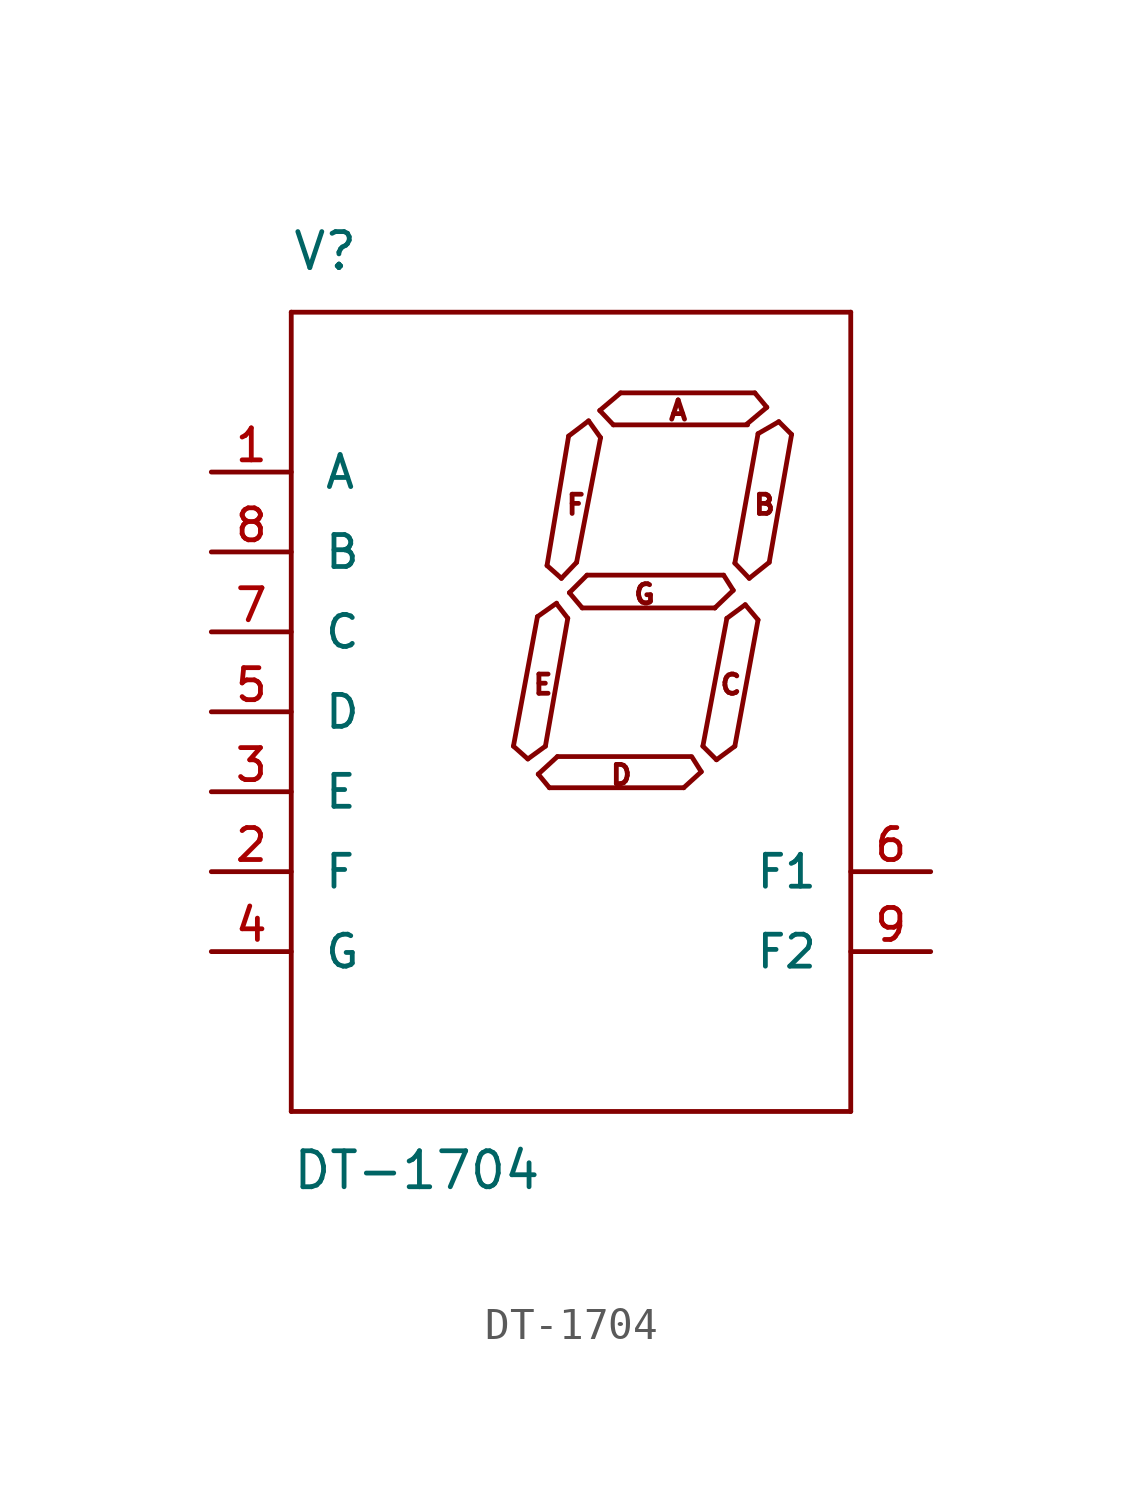
<source format=kicad_sym>
(kicad_symbol_lib
  (version 20241209)
  (generator "kicad_symbol_editor")
  (generator_version "9.0")
  (symbol "DT-1704"
    (pin_names
      (offset 1.016))
    (property "Reference" "V"
      (at -10.16 16.51 0)
      (effects (font (size 1.143 1.143)) (justify left bottom)))
    (property "Value" "DT-1704"
      (at -10.16 -12.7 0)
      (effects (font (size 1.143 1.143)) (justify left bottom)))
    (property "ki_locked" ""
      (at 0 0 0)
      (effects (font (size 1.27 1.27))))
    (symbol "DT-1704_1_0"
      (polyline (pts (xy -10.16 15.24) (xy 7.62 15.24)) (stroke (width 0) (type default)) (fill (type none)))
      (polyline (pts (xy -10.16 -10.16) (xy -10.16 15.24)) (stroke (width 0) (type default)) (fill (type none)))
      (polyline (pts (xy -3.099 1.448) (xy -2.337 5.563)) (stroke (width 0) (type default)) (fill (type none)))
      (polyline (pts (xy -2.642 1.041) (xy -3.099 1.448)) (stroke (width 0) (type default)) (fill (type none)))
      (polyline (pts (xy -2.337 5.563) (xy -1.727 5.994)) (stroke (width 0) (type default)) (fill (type none)))
      (polyline (pts (xy -2.311 0.559) (xy -1.702 1.118)) (stroke (width 0) (type default)) (fill (type none)))
      (polyline (pts (xy -2.083 1.448) (xy -2.642 1.041)) (stroke (width 0) (type default)) (fill (type none)))
      (polyline (pts (xy -2.032 7.188) (xy -1.346 11.303)) (stroke (width 0) (type default)) (fill (type none)))
      (polyline (pts (xy -1.956 0.127) (xy -2.311 0.559)) (stroke (width 0) (type default)) (fill (type none)))
      (polyline (pts (xy -1.727 5.969) (xy -1.372 5.512)) (stroke (width 0) (type default)) (fill (type none)))
      (polyline (pts (xy -1.702 1.118) (xy 2.515 1.118)) (stroke (width 0) (type default)) (fill (type none)))
      (polyline (pts (xy -1.575 6.782) (xy -2.032 7.188)) (stroke (width 0) (type default)) (fill (type none)))
      (polyline (pts (xy -1.372 5.512) (xy -2.083 1.448)) (stroke (width 0) (type default)) (fill (type none)))
      (polyline (pts (xy -1.346 11.303) (xy -0.711 11.786)) (stroke (width 0) (type default)) (fill (type none)))
      (polyline (pts (xy -1.321 6.325) (xy -0.762 6.883)) (stroke (width 0) (type default)) (fill (type none)))
      (polyline (pts (xy -1.092 7.29) (xy -1.575 6.782)) (stroke (width 0) (type default)) (fill (type none)))
      (polyline (pts (xy -0.914 5.842) (xy -1.321 6.325)) (stroke (width 0) (type default)) (fill (type none)))
      (polyline (pts (xy -0.762 6.883) (xy 3.581 6.883)) (stroke (width 0) (type default)) (fill (type none)))
      (polyline (pts (xy -0.711 11.786) (xy -0.33 11.252)) (stroke (width 0) (type default)) (fill (type none)))
      (polyline (pts (xy -0.356 12.116) (xy 0.305 12.675)) (stroke (width 0) (type default)) (fill (type none)))
      (polyline (pts (xy -0.33 11.252) (xy -1.092 7.29)) (stroke (width 0) (type default)) (fill (type none)))
      (polyline (pts (xy 0.076 11.659) (xy -0.356 12.116)) (stroke (width 0) (type default)) (fill (type none)))
      (polyline (pts (xy 0.305 12.675) (xy 4.572 12.675)) (stroke (width 0) (type default)) (fill (type none)))
      (polyline (pts (xy 2.311 0.127) (xy -1.956 0.127)) (stroke (width 0) (type default)) (fill (type none)))
      (polyline (pts (xy 2.565 1.118) (xy 2.87 0.635)) (stroke (width 0) (type default)) (fill (type none)))
      (polyline (pts (xy 2.87 0.635) (xy 2.311 0.127)) (stroke (width 0) (type default)) (fill (type none)))
      (polyline (pts (xy 2.921 1.448) (xy 3.683 5.512)) (stroke (width 0) (type default)) (fill (type none)))
      (polyline (pts (xy 3.302 5.842) (xy -0.914 5.842)) (stroke (width 0) (type default)) (fill (type none)))
      (polyline (pts (xy 3.302 5.842) (xy 3.302 5.842)) (stroke (width 0) (type default)) (fill (type none)))
      (polyline (pts (xy 3.353 1.016) (xy 2.921 1.448)) (stroke (width 0) (type default)) (fill (type none)))
      (polyline (pts (xy 3.581 6.883) (xy 3.886 6.401)) (stroke (width 0) (type default)) (fill (type none)))
      (polyline (pts (xy 3.683 5.512) (xy 4.267 5.944)) (stroke (width 0) (type default)) (fill (type none)))
      (polyline (pts (xy 3.886 6.401) (xy 3.302 5.842)) (stroke (width 0) (type default)) (fill (type none)))
      (polyline (pts (xy 3.937 7.264) (xy 4.674 11.379)) (stroke (width 0) (type default)) (fill (type none)))
      (polyline (pts (xy 3.937 1.448) (xy 3.353 1.016)) (stroke (width 0) (type default)) (fill (type none)))
      (polyline (pts (xy 4.267 5.944) (xy 4.674 5.461)) (stroke (width 0) (type default)) (fill (type none)))
      (polyline (pts (xy 4.343 11.659) (xy 0.076 11.659)) (stroke (width 0) (type default)) (fill (type none)))
      (polyline (pts (xy 4.394 6.782) (xy 3.937 7.264)) (stroke (width 0) (type default)) (fill (type none)))
      (polyline (pts (xy 4.572 12.675) (xy 4.953 12.217)) (stroke (width 0) (type default)) (fill (type none)))
      (polyline (pts (xy 4.674 11.379) (xy 5.334 11.76)) (stroke (width 0) (type default)) (fill (type none)))
      (polyline (pts (xy 4.674 5.461) (xy 3.937 1.448)) (stroke (width 0) (type default)) (fill (type none)))
      (polyline (pts (xy 4.953 12.217) (xy 4.318 11.684)) (stroke (width 0) (type default)) (fill (type none)))
      (polyline (pts (xy 5.029 7.29) (xy 4.394 6.782)) (stroke (width 0) (type default)) (fill (type none)))
      (polyline (pts (xy 5.334 11.76) (xy 5.74 11.354)) (stroke (width 0) (type default)) (fill (type none)))
      (polyline (pts (xy 5.74 11.354) (xy 5.029 7.29)) (stroke (width 0) (type default)) (fill (type none)))
      (polyline (pts (xy 7.62 15.24) (xy 7.62 -10.16)) (stroke (width 0) (type default)) (fill (type none)))
      (polyline (pts (xy 7.62 -10.16) (xy -10.16 -10.16)) (stroke (width 0) (type default)) (fill (type none)))
      (text "E" (at -2.159 3.404 0) (effects (font (size 0.61 0.61))))
      (text "F" (at -1.118 9.119 0) (effects (font (size 0.61 0.61))))
      (text "D" (at 0.33 0.533 0) (effects (font (size 0.61 0.61))))
      (text "G" (at 1.067 6.274 0) (effects (font (size 0.61 0.61))))
      (text "A" (at 2.134 12.116 0) (effects (font (size 0.61 0.61))))
      (text "C" (at 3.81 3.404 0) (effects (font (size 0.61 0.61))))
      (text "B" (at 4.877 9.119 0) (effects (font (size 0.61 0.61)))))
    (symbol "DT-1704_1_1"
      (pin passive line (at -12.7 10.16 0) (length 2.54) (name "A" (effects (font (size 1.016 1.016)))) (number "1" (effects (font (size 1.016 1.016)))))
      (pin passive line (at -12.7 7.62 0) (length 2.54) (name "B" (effects (font (size 1.016 1.016)))) (number "8" (effects (font (size 1.016 1.016)))))
      (pin passive line (at -12.7 5.08 0) (length 2.54) (name "C" (effects (font (size 1.016 1.016)))) (number "7" (effects (font (size 1.016 1.016)))))
      (pin passive line (at -12.7 2.54 0) (length 2.54) (name "D" (effects (font (size 1.016 1.016)))) (number "5" (effects (font (size 1.016 1.016)))))
      (pin passive line (at -12.7 0 0) (length 2.54) (name "E" (effects (font (size 1.016 1.016)))) (number "3" (effects (font (size 1.016 1.016)))))
      (pin passive line (at -12.7 -2.54 0) (length 2.54) (name "F" (effects (font (size 1.016 1.016)))) (number "2" (effects (font (size 1.016 1.016)))))
      (pin passive line (at -12.7 -5.08 0) (length 2.54) (name "G" (effects (font (size 1.016 1.016)))) (number "4" (effects (font (size 1.016 1.016)))))
      (pin passive line (at 10.16 -2.54 180) (length 2.54) (name "F1" (effects (font (size 1.016 1.016)))) (number "6" (effects (font (size 1.016 1.016)))))
      (pin passive line (at 10.16 -5.08 180) (length 2.54) (name "F2" (effects (font (size 1.016 1.016)))) (number "9" (effects (font (size 1.016 1.016))))))))
</source>
